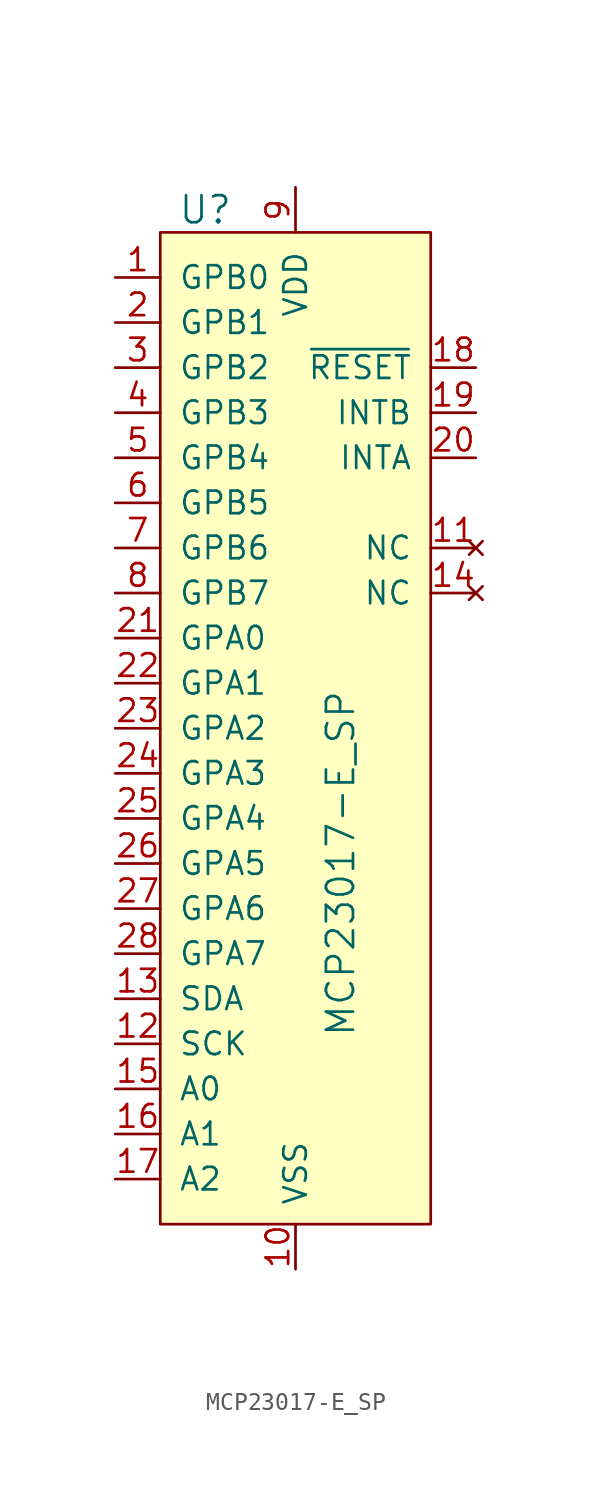
<source format=kicad_sym>
(kicad_symbol_lib
  (version 20220914)
  (generator kicad_symbol_editor)
  (symbol "MCP23017-E_SP"
    (pin_names
      (offset 1.016))
    (property "Reference" "U"
      (at -2.54 19.05 0)
      (effects (font (size 1.524 1.524))))
    (property "Value" "MCP23017-E_SP"
      (at 5.08 -17.78 90)
      (effects (font (size 1.524 1.524))))
    (symbol "MCP23017-E_SP_0_1"
      (rectangle (start -5.08 17.78) (end 10.16 -38.1) (stroke (width 0) (type solid)) (fill (type background))))
    (symbol "MCP23017-E_SP_1_1"
      (pin bidirectional line (at -7.62 15.24 0) (length 2.54) (name "GPB0" (effects (font (size 1.27 1.27)))) (number "1" (effects (font (size 1.27 1.27)))))
      (pin power_in line (at 2.54 -40.64 90) (length 2.54) (name "VSS" (effects (font (size 1.27 1.27)))) (number "10" (effects (font (size 1.27 1.27)))))
      (pin no_connect line (at 12.7 0 180) (length 2.54) (name "NC" (effects (font (size 1.27 1.27)))) (number "11" (effects (font (size 1.27 1.27)))))
      (pin input line (at -7.62 -27.94 0) (length 2.54) (name "SCK" (effects (font (size 1.27 1.27)))) (number "12" (effects (font (size 1.27 1.27)))))
      (pin bidirectional line (at -7.62 -25.4 0) (length 2.54) (name "SDA" (effects (font (size 1.27 1.27)))) (number "13" (effects (font (size 1.27 1.27)))))
      (pin no_connect line (at 12.7 -2.54 180) (length 2.54) (name "NC" (effects (font (size 1.27 1.27)))) (number "14" (effects (font (size 1.27 1.27)))))
      (pin input line (at -7.62 -30.48 0) (length 2.54) (name "A0" (effects (font (size 1.27 1.27)))) (number "15" (effects (font (size 1.27 1.27)))))
      (pin input line (at -7.62 -33.02 0) (length 2.54) (name "A1" (effects (font (size 1.27 1.27)))) (number "16" (effects (font (size 1.27 1.27)))))
      (pin input line (at -7.62 -35.56 0) (length 2.54) (name "A2" (effects (font (size 1.27 1.27)))) (number "17" (effects (font (size 1.27 1.27)))))
      (pin output line (at 12.7 10.16 180) (length 2.54) (name "~{RESET}" (effects (font (size 1.27 1.27)))) (number "18" (effects (font (size 1.27 1.27)))))
      (pin output line (at 12.7 7.62 180) (length 2.54) (name "INTB" (effects (font (size 1.27 1.27)))) (number "19" (effects (font (size 1.27 1.27)))))
      (pin bidirectional line (at -7.62 12.7 0) (length 2.54) (name "GPB1" (effects (font (size 1.27 1.27)))) (number "2" (effects (font (size 1.27 1.27)))))
      (pin output line (at 12.7 5.08 180) (length 2.54) (name "INTA" (effects (font (size 1.27 1.27)))) (number "20" (effects (font (size 1.27 1.27)))))
      (pin bidirectional line (at -7.62 -5.08 0) (length 2.54) (name "GPA0" (effects (font (size 1.27 1.27)))) (number "21" (effects (font (size 1.27 1.27)))))
      (pin bidirectional line (at -7.62 -7.62 0) (length 2.54) (name "GPA1" (effects (font (size 1.27 1.27)))) (number "22" (effects (font (size 1.27 1.27)))))
      (pin bidirectional line (at -7.62 -10.16 0) (length 2.54) (name "GPA2" (effects (font (size 1.27 1.27)))) (number "23" (effects (font (size 1.27 1.27)))))
      (pin bidirectional line (at -7.62 -12.7 0) (length 2.54) (name "GPA3" (effects (font (size 1.27 1.27)))) (number "24" (effects (font (size 1.27 1.27)))))
      (pin bidirectional line (at -7.62 -15.24 0) (length 2.54) (name "GPA4" (effects (font (size 1.27 1.27)))) (number "25" (effects (font (size 1.27 1.27)))))
      (pin bidirectional line (at -7.62 -17.78 0) (length 2.54) (name "GPA5" (effects (font (size 1.27 1.27)))) (number "26" (effects (font (size 1.27 1.27)))))
      (pin bidirectional line (at -7.62 -20.32 0) (length 2.54) (name "GPA6" (effects (font (size 1.27 1.27)))) (number "27" (effects (font (size 1.27 1.27)))))
      (pin bidirectional line (at -7.62 -22.86 0) (length 2.54) (name "GPA7" (effects (font (size 1.27 1.27)))) (number "28" (effects (font (size 1.27 1.27)))))
      (pin bidirectional line (at -7.62 10.16 0) (length 2.54) (name "GPB2" (effects (font (size 1.27 1.27)))) (number "3" (effects (font (size 1.27 1.27)))))
      (pin bidirectional line (at -7.62 7.62 0) (length 2.54) (name "GPB3" (effects (font (size 1.27 1.27)))) (number "4" (effects (font (size 1.27 1.27)))))
      (pin bidirectional line (at -7.62 5.08 0) (length 2.54) (name "GPB4" (effects (font (size 1.27 1.27)))) (number "5" (effects (font (size 1.27 1.27)))))
      (pin bidirectional line (at -7.62 2.54 0) (length 2.54) (name "GPB5" (effects (font (size 1.27 1.27)))) (number "6" (effects (font (size 1.27 1.27)))))
      (pin bidirectional line (at -7.62 0 0) (length 2.54) (name "GPB6" (effects (font (size 1.27 1.27)))) (number "7" (effects (font (size 1.27 1.27)))))
      (pin bidirectional line (at -7.62 -2.54 0) (length 2.54) (name "GPB7" (effects (font (size 1.27 1.27)))) (number "8" (effects (font (size 1.27 1.27)))))
      (pin power_in line (at 2.54 20.32 270) (length 2.54) (name "VDD" (effects (font (size 1.27 1.27)))) (number "9" (effects (font (size 1.27 1.27))))))))
</source>
